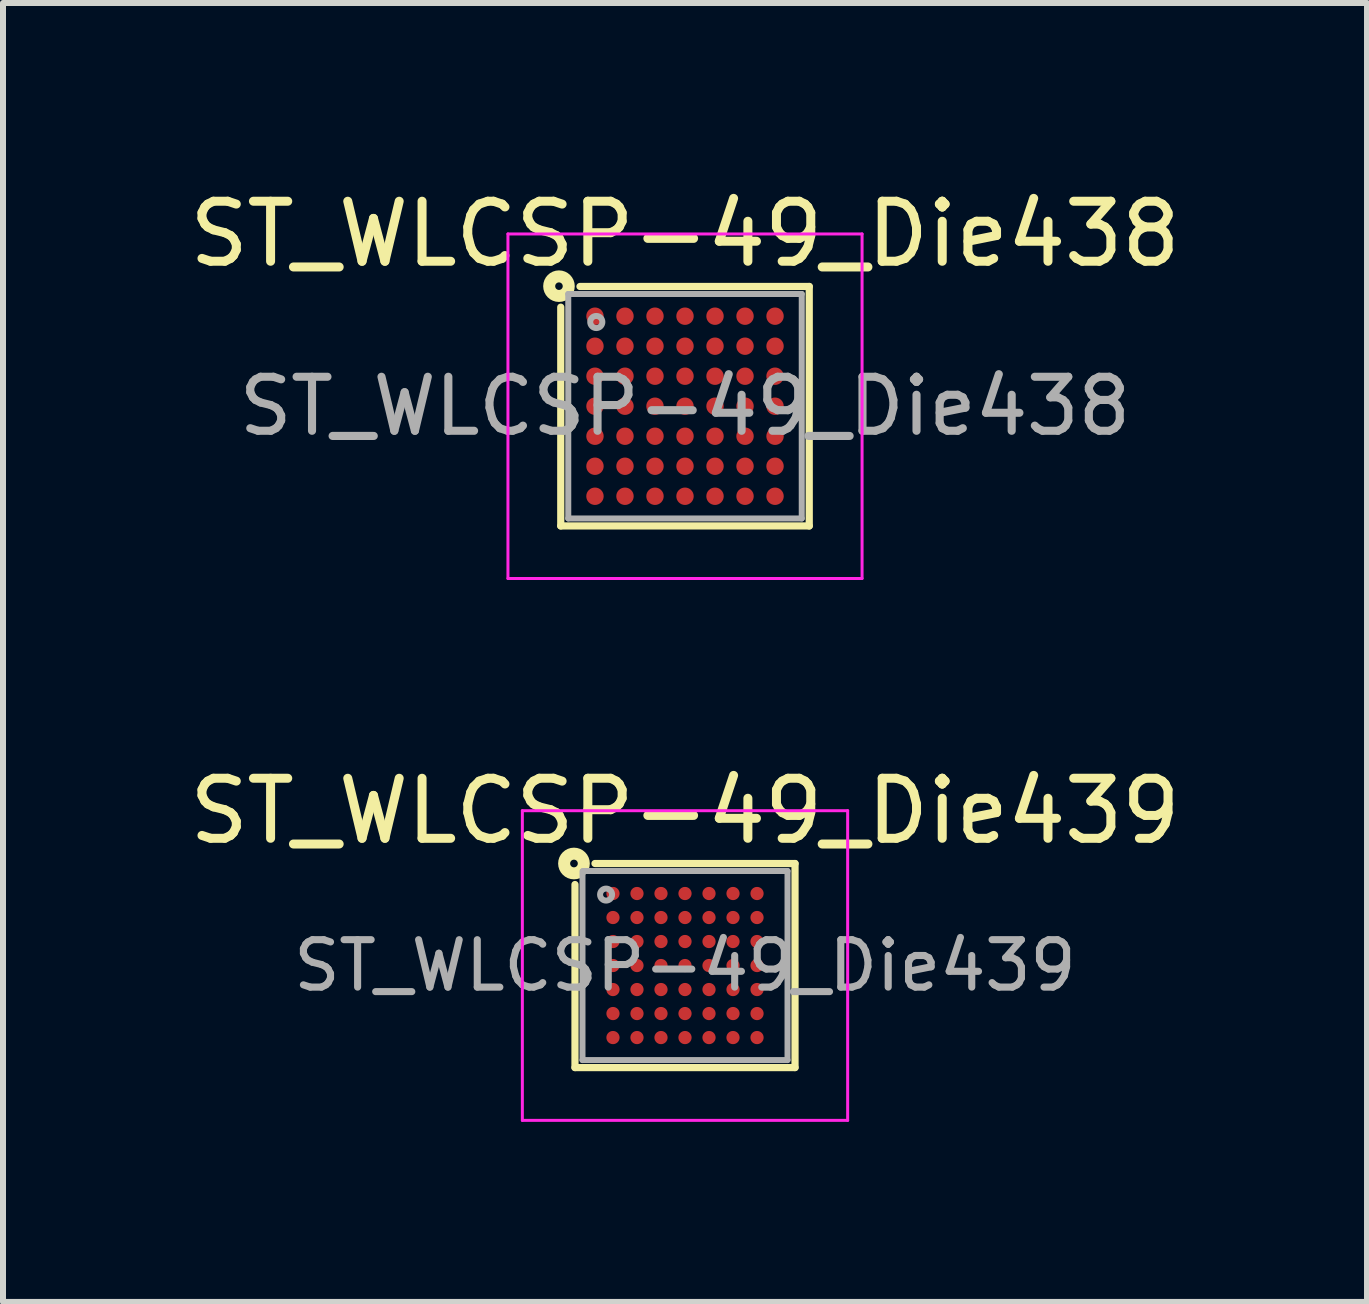
<source format=kicad_pcb>
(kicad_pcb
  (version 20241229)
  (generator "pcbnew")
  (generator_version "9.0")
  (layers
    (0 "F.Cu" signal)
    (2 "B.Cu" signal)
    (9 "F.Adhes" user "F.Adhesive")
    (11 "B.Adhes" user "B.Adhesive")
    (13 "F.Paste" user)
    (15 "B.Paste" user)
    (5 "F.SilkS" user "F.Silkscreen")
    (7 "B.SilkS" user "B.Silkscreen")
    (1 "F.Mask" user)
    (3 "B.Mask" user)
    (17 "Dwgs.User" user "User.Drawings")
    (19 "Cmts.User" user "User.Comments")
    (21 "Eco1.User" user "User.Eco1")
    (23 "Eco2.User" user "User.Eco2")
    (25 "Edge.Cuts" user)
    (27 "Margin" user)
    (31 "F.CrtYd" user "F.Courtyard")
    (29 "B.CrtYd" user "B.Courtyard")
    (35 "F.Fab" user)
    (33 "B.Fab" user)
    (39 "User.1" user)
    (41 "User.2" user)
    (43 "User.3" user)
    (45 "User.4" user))
  (footprint "ST_WLCSP-49_Die438"
    (layer "F.Cu")
    (at 8.363 3.718)
    (property "Reference" "ST_WLCSP-49_Die438" (at 0 -2.87 0) (layer "F.SilkS") (effects (font (size 1 1) (thickness 0.15))))
    (attr smd)
    (fp_line (start -2.07 1.995) (end -2.07 -1.65) (stroke (width 0.12) (type solid)) (layer "F.SilkS"))
    (fp_line (start -1.75 -1.995) (end 2.07 -1.995) (stroke (width 0.12) (type solid)) (layer "F.SilkS"))
    (fp_line (start 2.07 -1.995) (end 2.07 1.995) (stroke (width 0.12) (type solid)) (layer "F.SilkS"))
    (fp_line (start 2.07 1.995) (end -2.07 1.995) (stroke (width 0.12) (type solid)) (layer "F.SilkS"))
    (fp_circle (center -2.1 -2) (end -2.037 -2) (stroke (width 0.2) (type solid)) (fill no) (layer "F.SilkS"))
    (fp_line (start -2.95 -2.87) (end -2.95 2.87) (stroke (width 0.05) (type solid)) (layer "F.CrtYd"))
    (fp_line (start -2.95 2.87) (end 2.95 2.87) (stroke (width 0.05) (type solid)) (layer "F.CrtYd"))
    (fp_line (start 2.95 -2.87) (end -2.95 -2.87) (stroke (width 0.05) (type solid)) (layer "F.CrtYd"))
    (fp_line (start 2.95 2.87) (end 2.95 -2.87) (stroke (width 0.05) (type solid)) (layer "F.CrtYd"))
    (fp_line (start -1.945 -1.87) (end 1.945 -1.87) (stroke (width 0.1) (type solid)) (layer "F.Fab"))
    (fp_line (start -1.945 1.87) (end -1.945 -1.87) (stroke (width 0.1) (type solid)) (layer "F.Fab"))
    (fp_line (start 1.945 -1.87) (end 1.945 1.87) (stroke (width 0.1) (type solid)) (layer "F.Fab"))
    (fp_line (start 1.945 1.87) (end -1.945 1.87) (stroke (width 0.1) (type solid)) (layer "F.Fab"))
    (fp_circle (center -1.478 -1.403) (end -1.377 -1.403) (stroke (width 0.1) (type solid)) (fill no) (layer "F.Fab"))
    (fp_text user "${REFERENCE}" (at 0 0 0) (layer "F.Fab") (effects (font (size 0.9 0.9) (thickness 0.135))))
    (pad "A1" smd circle (at -1.5 -1.5) (size 0.29 0.29) (layers "F.Cu" "F.Mask" "F.Paste"))
    (pad "A2" smd circle (at -1 -1.5) (size 0.29 0.29) (layers "F.Cu" "F.Mask" "F.Paste"))
    (pad "A3" smd circle (at -0.5 -1.5) (size 0.29 0.29) (layers "F.Cu" "F.Mask" "F.Paste"))
    (pad "A4" smd circle (at 0 -1.5) (size 0.29 0.29) (layers "F.Cu" "F.Mask" "F.Paste"))
    (pad "A5" smd circle (at 0.5 -1.5) (size 0.29 0.29) (layers "F.Cu" "F.Mask" "F.Paste"))
    (pad "A6" smd circle (at 1 -1.5) (size 0.29 0.29) (layers "F.Cu" "F.Mask" "F.Paste"))
    (pad "A7" smd circle (at 1.5 -1.5) (size 0.29 0.29) (layers "F.Cu" "F.Mask" "F.Paste"))
    (pad "B1" smd circle (at -1.5 -1) (size 0.29 0.29) (layers "F.Cu" "F.Mask" "F.Paste"))
    (pad "B2" smd circle (at -1 -1) (size 0.29 0.29) (layers "F.Cu" "F.Mask" "F.Paste"))
    (pad "B3" smd circle (at -0.5 -1) (size 0.29 0.29) (layers "F.Cu" "F.Mask" "F.Paste"))
    (pad "B4" smd circle (at 0 -1) (size 0.29 0.29) (layers "F.Cu" "F.Mask" "F.Paste"))
    (pad "B5" smd circle (at 0.5 -1) (size 0.29 0.29) (layers "F.Cu" "F.Mask" "F.Paste"))
    (pad "B6" smd circle (at 1 -1) (size 0.29 0.29) (layers "F.Cu" "F.Mask" "F.Paste"))
    (pad "B7" smd circle (at 1.5 -1) (size 0.29 0.29) (layers "F.Cu" "F.Mask" "F.Paste"))
    (pad "C1" smd circle (at -1.5 -0.5) (size 0.29 0.29) (layers "F.Cu" "F.Mask" "F.Paste"))
    (pad "C2" smd circle (at -1 -0.5) (size 0.29 0.29) (layers "F.Cu" "F.Mask" "F.Paste"))
    (pad "C3" smd circle (at -0.5 -0.5) (size 0.29 0.29) (layers "F.Cu" "F.Mask" "F.Paste"))
    (pad "C4" smd circle (at 0 -0.5) (size 0.29 0.29) (layers "F.Cu" "F.Mask" "F.Paste"))
    (pad "C5" smd circle (at 0.5 -0.5) (size 0.29 0.29) (layers "F.Cu" "F.Mask" "F.Paste"))
    (pad "C6" smd circle (at 1 -0.5) (size 0.29 0.29) (layers "F.Cu" "F.Mask" "F.Paste"))
    (pad "C7" smd circle (at 1.5 -0.5) (size 0.29 0.29) (layers "F.Cu" "F.Mask" "F.Paste"))
    (pad "D1" smd circle (at -1.5 0) (size 0.29 0.29) (layers "F.Cu" "F.Mask" "F.Paste"))
    (pad "D2" smd circle (at -1 0) (size 0.29 0.29) (layers "F.Cu" "F.Mask" "F.Paste"))
    (pad "D3" smd circle (at -0.5 0) (size 0.29 0.29) (layers "F.Cu" "F.Mask" "F.Paste"))
    (pad "D4" smd circle (at 0 0) (size 0.29 0.29) (layers "F.Cu" "F.Mask" "F.Paste"))
    (pad "D5" smd circle (at 0.5 0) (size 0.29 0.29) (layers "F.Cu" "F.Mask" "F.Paste"))
    (pad "D6" smd circle (at 1 0) (size 0.29 0.29) (layers "F.Cu" "F.Mask" "F.Paste"))
    (pad "D7" smd circle (at 1.5 0) (size 0.29 0.29) (layers "F.Cu" "F.Mask" "F.Paste"))
    (pad "E1" smd circle (at -1.5 0.5) (size 0.29 0.29) (layers "F.Cu" "F.Mask" "F.Paste"))
    (pad "E2" smd circle (at -1 0.5) (size 0.29 0.29) (layers "F.Cu" "F.Mask" "F.Paste"))
    (pad "E3" smd circle (at -0.5 0.5) (size 0.29 0.29) (layers "F.Cu" "F.Mask" "F.Paste"))
    (pad "E4" smd circle (at 0 0.5) (size 0.29 0.29) (layers "F.Cu" "F.Mask" "F.Paste"))
    (pad "E5" smd circle (at 0.5 0.5) (size 0.29 0.29) (layers "F.Cu" "F.Mask" "F.Paste"))
    (pad "E6" smd circle (at 1 0.5) (size 0.29 0.29) (layers "F.Cu" "F.Mask" "F.Paste"))
    (pad "E7" smd circle (at 1.5 0.5) (size 0.29 0.29) (layers "F.Cu" "F.Mask" "F.Paste"))
    (pad "F1" smd circle (at -1.5 1) (size 0.29 0.29) (layers "F.Cu" "F.Mask" "F.Paste"))
    (pad "F2" smd circle (at -1 1) (size 0.29 0.29) (layers "F.Cu" "F.Mask" "F.Paste"))
    (pad "F3" smd circle (at -0.5 1) (size 0.29 0.29) (layers "F.Cu" "F.Mask" "F.Paste"))
    (pad "F4" smd circle (at 0 1) (size 0.29 0.29) (layers "F.Cu" "F.Mask" "F.Paste"))
    (pad "F5" smd circle (at 0.5 1) (size 0.29 0.29) (layers "F.Cu" "F.Mask" "F.Paste"))
    (pad "F6" smd circle (at 1 1) (size 0.29 0.29) (layers "F.Cu" "F.Mask" "F.Paste"))
    (pad "F7" smd circle (at 1.5 1) (size 0.29 0.29) (layers "F.Cu" "F.Mask" "F.Paste"))
    (pad "G1" smd circle (at -1.5 1.5) (size 0.29 0.29) (layers "F.Cu" "F.Mask" "F.Paste"))
    (pad "G2" smd circle (at -1 1.5) (size 0.29 0.29) (layers "F.Cu" "F.Mask" "F.Paste"))
    (pad "G3" smd circle (at -0.5 1.5) (size 0.29 0.29) (layers "F.Cu" "F.Mask" "F.Paste"))
    (pad "G4" smd circle (at 0 1.5) (size 0.29 0.29) (layers "F.Cu" "F.Mask" "F.Paste"))
    (pad "G5" smd circle (at 0.5 1.5) (size 0.29 0.29) (layers "F.Cu" "F.Mask" "F.Paste"))
    (pad "G6" smd circle (at 1 1.5) (size 0.29 0.29) (layers "F.Cu" "F.Mask" "F.Paste"))
    (pad "G7" smd circle (at 1.5 1.5) (size 0.29 0.29) (layers "F.Cu" "F.Mask" "F.Paste")))
  (footprint "ST_WLCSP-49_Die439"
    (layer "F.Cu")
    (at 8.363 13.037)
    (property "Reference" "ST_WLCSP-49_Die439" (at 0 -2.575 0) (layer "F.SilkS") (effects (font (size 1 1) (thickness 0.15))))
    (attr smd)
    (fp_line (start -1.833 1.7) (end -1.833 -1.35) (stroke (width 0.12) (type solid)) (layer "F.SilkS"))
    (fp_line (start -1.5 -1.7) (end 1.833 -1.7) (stroke (width 0.12) (type solid)) (layer "F.SilkS"))
    (fp_line (start 1.833 -1.7) (end 1.833 1.7) (stroke (width 0.12) (type solid)) (layer "F.SilkS"))
    (fp_line (start 1.833 1.7) (end -1.833 1.7) (stroke (width 0.12) (type solid)) (layer "F.SilkS"))
    (fp_circle (center -1.85 -1.7) (end -1.786 -1.7) (stroke (width 0.2) (type solid)) (fill no) (layer "F.SilkS"))
    (fp_line (start -2.71 -2.58) (end -2.71 2.58) (stroke (width 0.05) (type solid)) (layer "F.CrtYd"))
    (fp_line (start -2.71 2.58) (end 2.71 2.58) (stroke (width 0.05) (type solid)) (layer "F.CrtYd"))
    (fp_line (start 2.71 -2.58) (end -2.71 -2.58) (stroke (width 0.05) (type solid)) (layer "F.CrtYd"))
    (fp_line (start 2.71 2.58) (end 2.71 -2.58) (stroke (width 0.05) (type solid)) (layer "F.CrtYd"))
    (fp_line (start -1.708 1.575) (end -1.708 -1.57) (stroke (width 0.1) (type solid)) (layer "F.Fab"))
    (fp_line (start -1.7 -1.575) (end 1.708 -1.575) (stroke (width 0.1) (type solid)) (layer "F.Fab"))
    (fp_line (start 1.708 -1.575) (end 1.708 1.575) (stroke (width 0.1) (type solid)) (layer "F.Fab"))
    (fp_line (start 1.708 1.575) (end -1.708 1.575) (stroke (width 0.1) (type solid)) (layer "F.Fab"))
    (fp_circle (center -1.315 -1.182) (end -1.215 -1.182) (stroke (width 0.1) (type solid)) (fill no) (layer "F.Fab"))
    (fp_text user "${REFERENCE}" (at 0 0 0) (layer "F.Fab") (effects (font (size 0.79 0.79) (thickness 0.118))))
    (pad "A1" smd circle (at -1.2 -1.2) (size 0.22 0.22) (layers "F.Cu" "F.Mask" "F.Paste"))
    (pad "A2" smd circle (at -0.8 -1.2) (size 0.22 0.22) (layers "F.Cu" "F.Mask" "F.Paste"))
    (pad "A3" smd circle (at -0.4 -1.2) (size 0.22 0.22) (layers "F.Cu" "F.Mask" "F.Paste"))
    (pad "A4" smd circle (at 0 -1.2) (size 0.22 0.22) (layers "F.Cu" "F.Mask" "F.Paste"))
    (pad "A5" smd circle (at 0.4 -1.2) (size 0.22 0.22) (layers "F.Cu" "F.Mask" "F.Paste"))
    (pad "A6" smd circle (at 0.8 -1.2) (size 0.22 0.22) (layers "F.Cu" "F.Mask" "F.Paste"))
    (pad "A7" smd circle (at 1.2 -1.2) (size 0.22 0.22) (layers "F.Cu" "F.Mask" "F.Paste"))
    (pad "B1" smd circle (at -1.2 -0.8) (size 0.22 0.22) (layers "F.Cu" "F.Mask" "F.Paste"))
    (pad "B2" smd circle (at -0.8 -0.8) (size 0.22 0.22) (layers "F.Cu" "F.Mask" "F.Paste"))
    (pad "B3" smd circle (at -0.4 -0.8) (size 0.22 0.22) (layers "F.Cu" "F.Mask" "F.Paste"))
    (pad "B4" smd circle (at 0 -0.8) (size 0.22 0.22) (layers "F.Cu" "F.Mask" "F.Paste"))
    (pad "B5" smd circle (at 0.4 -0.8) (size 0.22 0.22) (layers "F.Cu" "F.Mask" "F.Paste"))
    (pad "B6" smd circle (at 0.8 -0.8) (size 0.22 0.22) (layers "F.Cu" "F.Mask" "F.Paste"))
    (pad "B7" smd circle (at 1.2 -0.8) (size 0.22 0.22) (layers "F.Cu" "F.Mask" "F.Paste"))
    (pad "C1" smd circle (at -1.2 -0.4) (size 0.22 0.22) (layers "F.Cu" "F.Mask" "F.Paste"))
    (pad "C2" smd circle (at -0.8 -0.4) (size 0.22 0.22) (layers "F.Cu" "F.Mask" "F.Paste"))
    (pad "C3" smd circle (at -0.4 -0.4) (size 0.22 0.22) (layers "F.Cu" "F.Mask" "F.Paste"))
    (pad "C4" smd circle (at 0 -0.4) (size 0.22 0.22) (layers "F.Cu" "F.Mask" "F.Paste"))
    (pad "C5" smd circle (at 0.4 -0.4) (size 0.22 0.22) (layers "F.Cu" "F.Mask" "F.Paste"))
    (pad "C6" smd circle (at 0.8 -0.4) (size 0.22 0.22) (layers "F.Cu" "F.Mask" "F.Paste"))
    (pad "C7" smd circle (at 1.2 -0.4) (size 0.22 0.22) (layers "F.Cu" "F.Mask" "F.Paste"))
    (pad "D1" smd circle (at -1.2 0) (size 0.22 0.22) (layers "F.Cu" "F.Mask" "F.Paste"))
    (pad "D2" smd circle (at -0.8 0) (size 0.22 0.22) (layers "F.Cu" "F.Mask" "F.Paste"))
    (pad "D3" smd circle (at -0.4 0) (size 0.22 0.22) (layers "F.Cu" "F.Mask" "F.Paste"))
    (pad "D4" smd circle (at 0 0) (size 0.22 0.22) (layers "F.Cu" "F.Mask" "F.Paste"))
    (pad "D5" smd circle (at 0.4 0) (size 0.22 0.22) (layers "F.Cu" "F.Mask" "F.Paste"))
    (pad "D6" smd circle (at 0.8 0) (size 0.22 0.22) (layers "F.Cu" "F.Mask" "F.Paste"))
    (pad "D7" smd circle (at 1.2 0) (size 0.22 0.22) (layers "F.Cu" "F.Mask" "F.Paste"))
    (pad "E1" smd circle (at -1.2 0.4) (size 0.22 0.22) (layers "F.Cu" "F.Mask" "F.Paste"))
    (pad "E2" smd circle (at -0.8 0.4) (size 0.22 0.22) (layers "F.Cu" "F.Mask" "F.Paste"))
    (pad "E3" smd circle (at -0.4 0.4) (size 0.22 0.22) (layers "F.Cu" "F.Mask" "F.Paste"))
    (pad "E4" smd circle (at 0 0.4) (size 0.22 0.22) (layers "F.Cu" "F.Mask" "F.Paste"))
    (pad "E5" smd circle (at 0.4 0.4) (size 0.22 0.22) (layers "F.Cu" "F.Mask" "F.Paste"))
    (pad "E6" smd circle (at 0.8 0.4) (size 0.22 0.22) (layers "F.Cu" "F.Mask" "F.Paste"))
    (pad "E7" smd circle (at 1.2 0.4) (size 0.22 0.22) (layers "F.Cu" "F.Mask" "F.Paste"))
    (pad "F1" smd circle (at -1.2 0.8) (size 0.22 0.22) (layers "F.Cu" "F.Mask" "F.Paste"))
    (pad "F2" smd circle (at -0.8 0.8) (size 0.22 0.22) (layers "F.Cu" "F.Mask" "F.Paste"))
    (pad "F3" smd circle (at -0.4 0.8) (size 0.22 0.22) (layers "F.Cu" "F.Mask" "F.Paste"))
    (pad "F4" smd circle (at 0 0.8) (size 0.22 0.22) (layers "F.Cu" "F.Mask" "F.Paste"))
    (pad "F5" smd circle (at 0.4 0.8) (size 0.22 0.22) (layers "F.Cu" "F.Mask" "F.Paste"))
    (pad "F6" smd circle (at 0.8 0.8) (size 0.22 0.22) (layers "F.Cu" "F.Mask" "F.Paste"))
    (pad "F7" smd circle (at 1.2 0.8) (size 0.22 0.22) (layers "F.Cu" "F.Mask" "F.Paste"))
    (pad "G1" smd circle (at -1.2 1.2) (size 0.22 0.22) (layers "F.Cu" "F.Mask" "F.Paste"))
    (pad "G2" smd circle (at -0.8 1.2) (size 0.22 0.22) (layers "F.Cu" "F.Mask" "F.Paste"))
    (pad "G3" smd circle (at -0.4 1.2) (size 0.22 0.22) (layers "F.Cu" "F.Mask" "F.Paste"))
    (pad "G4" smd circle (at 0 1.2) (size 0.22 0.22) (layers "F.Cu" "F.Mask" "F.Paste"))
    (pad "G5" smd circle (at 0.4 1.2) (size 0.22 0.22) (layers "F.Cu" "F.Mask" "F.Paste"))
    (pad "G6" smd circle (at 0.8 1.2) (size 0.22 0.22) (layers "F.Cu" "F.Mask" "F.Paste"))
    (pad "G7" smd circle (at 1.2 1.2) (size 0.22 0.22) (layers "F.Cu" "F.Mask" "F.Paste")))
  (gr_rect
    (start -3 -3)
    (end 19.726 18.642)
    (stroke (width 0.1) (type default))
    (fill no)
    (layer "Edge.Cuts")))
</source>
